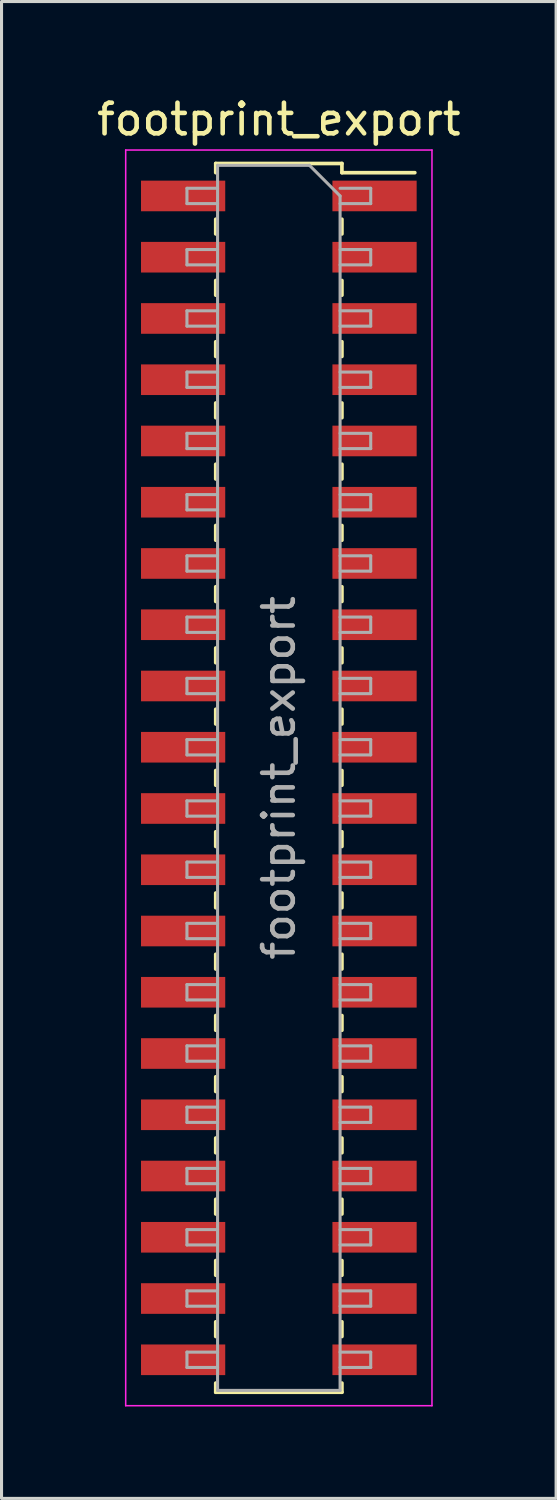
<source format=kicad_pcb>
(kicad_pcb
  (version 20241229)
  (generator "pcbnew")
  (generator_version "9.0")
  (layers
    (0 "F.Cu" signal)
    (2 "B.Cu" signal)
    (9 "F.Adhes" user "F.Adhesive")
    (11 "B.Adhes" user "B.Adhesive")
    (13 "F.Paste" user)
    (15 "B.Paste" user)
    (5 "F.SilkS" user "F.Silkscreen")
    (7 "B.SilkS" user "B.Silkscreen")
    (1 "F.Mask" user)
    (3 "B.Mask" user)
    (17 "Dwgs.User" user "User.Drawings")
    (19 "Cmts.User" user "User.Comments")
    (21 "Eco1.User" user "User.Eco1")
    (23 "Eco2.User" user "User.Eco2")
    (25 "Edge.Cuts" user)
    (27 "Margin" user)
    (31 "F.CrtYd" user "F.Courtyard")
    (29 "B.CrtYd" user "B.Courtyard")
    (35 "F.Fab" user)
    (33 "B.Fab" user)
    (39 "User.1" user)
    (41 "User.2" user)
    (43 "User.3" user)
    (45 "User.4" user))
  (footprint "footprint_export"
    (layer "F.Cu")
    (at 6.054 22.348)
    (property "Reference" "footprint_export" (at 0 -21.5 0) (layer "F.SilkS") (effects (font (size 1 1) (thickness 0.15))))
    (attr smd)
    (fp_line (start -2.06 -20.06) (end -2.06 -19.76) (stroke (width 0.12) (type solid)) (layer "F.SilkS"))
    (fp_line (start -2.06 -20.06) (end 2.06 -20.06) (stroke (width 0.12) (type solid)) (layer "F.SilkS"))
    (fp_line (start -2.06 -18.24) (end -2.06 -17.76) (stroke (width 0.12) (type solid)) (layer "F.SilkS"))
    (fp_line (start -2.06 -16.24) (end -2.06 -15.76) (stroke (width 0.12) (type solid)) (layer "F.SilkS"))
    (fp_line (start -2.06 -14.24) (end -2.06 -13.76) (stroke (width 0.12) (type solid)) (layer "F.SilkS"))
    (fp_line (start -2.06 -12.24) (end -2.06 -11.76) (stroke (width 0.12) (type solid)) (layer "F.SilkS"))
    (fp_line (start -2.06 -10.24) (end -2.06 -9.76) (stroke (width 0.12) (type solid)) (layer "F.SilkS"))
    (fp_line (start -2.06 -8.24) (end -2.06 -7.76) (stroke (width 0.12) (type solid)) (layer "F.SilkS"))
    (fp_line (start -2.06 -6.24) (end -2.06 -5.76) (stroke (width 0.12) (type solid)) (layer "F.SilkS"))
    (fp_line (start -2.06 -4.24) (end -2.06 -3.76) (stroke (width 0.12) (type solid)) (layer "F.SilkS"))
    (fp_line (start -2.06 -2.24) (end -2.06 -1.76) (stroke (width 0.12) (type solid)) (layer "F.SilkS"))
    (fp_line (start -2.06 -0.24) (end -2.06 0.24) (stroke (width 0.12) (type solid)) (layer "F.SilkS"))
    (fp_line (start -2.06 1.76) (end -2.06 2.24) (stroke (width 0.12) (type solid)) (layer "F.SilkS"))
    (fp_line (start -2.06 3.76) (end -2.06 4.24) (stroke (width 0.12) (type solid)) (layer "F.SilkS"))
    (fp_line (start -2.06 5.76) (end -2.06 6.24) (stroke (width 0.12) (type solid)) (layer "F.SilkS"))
    (fp_line (start -2.06 7.76) (end -2.06 8.24) (stroke (width 0.12) (type solid)) (layer "F.SilkS"))
    (fp_line (start -2.06 9.76) (end -2.06 10.24) (stroke (width 0.12) (type solid)) (layer "F.SilkS"))
    (fp_line (start -2.06 11.76) (end -2.06 12.24) (stroke (width 0.12) (type solid)) (layer "F.SilkS"))
    (fp_line (start -2.06 13.76) (end -2.06 14.24) (stroke (width 0.12) (type solid)) (layer "F.SilkS"))
    (fp_line (start -2.06 15.76) (end -2.06 16.24) (stroke (width 0.12) (type solid)) (layer "F.SilkS"))
    (fp_line (start -2.06 17.76) (end -2.06 18.24) (stroke (width 0.12) (type solid)) (layer "F.SilkS"))
    (fp_line (start -2.06 19.76) (end -2.06 20.06) (stroke (width 0.12) (type solid)) (layer "F.SilkS"))
    (fp_line (start -2.06 20.06) (end 2.06 20.06) (stroke (width 0.12) (type solid)) (layer "F.SilkS"))
    (fp_line (start 2.06 -20.06) (end 2.06 -19.76) (stroke (width 0.12) (type solid)) (layer "F.SilkS"))
    (fp_line (start 2.06 -19.76) (end 4.44 -19.76) (stroke (width 0.12) (type solid)) (layer "F.SilkS"))
    (fp_line (start 2.06 -18.24) (end 2.06 -17.76) (stroke (width 0.12) (type solid)) (layer "F.SilkS"))
    (fp_line (start 2.06 -16.24) (end 2.06 -15.76) (stroke (width 0.12) (type solid)) (layer "F.SilkS"))
    (fp_line (start 2.06 -14.24) (end 2.06 -13.76) (stroke (width 0.12) (type solid)) (layer "F.SilkS"))
    (fp_line (start 2.06 -12.24) (end 2.06 -11.76) (stroke (width 0.12) (type solid)) (layer "F.SilkS"))
    (fp_line (start 2.06 -10.24) (end 2.06 -9.76) (stroke (width 0.12) (type solid)) (layer "F.SilkS"))
    (fp_line (start 2.06 -8.24) (end 2.06 -7.76) (stroke (width 0.12) (type solid)) (layer "F.SilkS"))
    (fp_line (start 2.06 -6.24) (end 2.06 -5.76) (stroke (width 0.12) (type solid)) (layer "F.SilkS"))
    (fp_line (start 2.06 -4.24) (end 2.06 -3.76) (stroke (width 0.12) (type solid)) (layer "F.SilkS"))
    (fp_line (start 2.06 -2.24) (end 2.06 -1.76) (stroke (width 0.12) (type solid)) (layer "F.SilkS"))
    (fp_line (start 2.06 -0.24) (end 2.06 0.24) (stroke (width 0.12) (type solid)) (layer "F.SilkS"))
    (fp_line (start 2.06 1.76) (end 2.06 2.24) (stroke (width 0.12) (type solid)) (layer "F.SilkS"))
    (fp_line (start 2.06 3.76) (end 2.06 4.24) (stroke (width 0.12) (type solid)) (layer "F.SilkS"))
    (fp_line (start 2.06 5.76) (end 2.06 6.24) (stroke (width 0.12) (type solid)) (layer "F.SilkS"))
    (fp_line (start 2.06 7.76) (end 2.06 8.24) (stroke (width 0.12) (type solid)) (layer "F.SilkS"))
    (fp_line (start 2.06 9.76) (end 2.06 10.24) (stroke (width 0.12) (type solid)) (layer "F.SilkS"))
    (fp_line (start 2.06 11.76) (end 2.06 12.24) (stroke (width 0.12) (type solid)) (layer "F.SilkS"))
    (fp_line (start 2.06 13.76) (end 2.06 14.24) (stroke (width 0.12) (type solid)) (layer "F.SilkS"))
    (fp_line (start 2.06 15.76) (end 2.06 16.24) (stroke (width 0.12) (type solid)) (layer "F.SilkS"))
    (fp_line (start 2.06 17.76) (end 2.06 18.24) (stroke (width 0.12) (type solid)) (layer "F.SilkS"))
    (fp_line (start 2.06 19.76) (end 2.06 20.06) (stroke (width 0.12) (type solid)) (layer "F.SilkS"))
    (fp_line (start -5 -20.5) (end 5 -20.5) (stroke (width 0.05) (type solid)) (layer "F.CrtYd"))
    (fp_line (start -5 20.5) (end -5 -20.5) (stroke (width 0.05) (type solid)) (layer "F.CrtYd"))
    (fp_line (start 5 -20.5) (end 5 20.5) (stroke (width 0.05) (type solid)) (layer "F.CrtYd"))
    (fp_line (start 5 20.5) (end -5 20.5) (stroke (width 0.05) (type solid)) (layer "F.CrtYd"))
    (fp_line (start -3 -19.25) (end -2 -19.25) (stroke (width 0.1) (type solid)) (layer "F.Fab"))
    (fp_line (start -3 -18.75) (end -3 -19.25) (stroke (width 0.1) (type solid)) (layer "F.Fab"))
    (fp_line (start -3 -17.25) (end -2 -17.25) (stroke (width 0.1) (type solid)) (layer "F.Fab"))
    (fp_line (start -3 -16.75) (end -3 -17.25) (stroke (width 0.1) (type solid)) (layer "F.Fab"))
    (fp_line (start -3 -15.25) (end -2 -15.25) (stroke (width 0.1) (type solid)) (layer "F.Fab"))
    (fp_line (start -3 -14.75) (end -3 -15.25) (stroke (width 0.1) (type solid)) (layer "F.Fab"))
    (fp_line (start -3 -13.25) (end -2 -13.25) (stroke (width 0.1) (type solid)) (layer "F.Fab"))
    (fp_line (start -3 -12.75) (end -3 -13.25) (stroke (width 0.1) (type solid)) (layer "F.Fab"))
    (fp_line (start -3 -11.25) (end -2 -11.25) (stroke (width 0.1) (type solid)) (layer "F.Fab"))
    (fp_line (start -3 -10.75) (end -3 -11.25) (stroke (width 0.1) (type solid)) (layer "F.Fab"))
    (fp_line (start -3 -9.25) (end -2 -9.25) (stroke (width 0.1) (type solid)) (layer "F.Fab"))
    (fp_line (start -3 -8.75) (end -3 -9.25) (stroke (width 0.1) (type solid)) (layer "F.Fab"))
    (fp_line (start -3 -7.25) (end -2 -7.25) (stroke (width 0.1) (type solid)) (layer "F.Fab"))
    (fp_line (start -3 -6.75) (end -3 -7.25) (stroke (width 0.1) (type solid)) (layer "F.Fab"))
    (fp_line (start -3 -5.25) (end -2 -5.25) (stroke (width 0.1) (type solid)) (layer "F.Fab"))
    (fp_line (start -3 -4.75) (end -3 -5.25) (stroke (width 0.1) (type solid)) (layer "F.Fab"))
    (fp_line (start -3 -3.25) (end -2 -3.25) (stroke (width 0.1) (type solid)) (layer "F.Fab"))
    (fp_line (start -3 -2.75) (end -3 -3.25) (stroke (width 0.1) (type solid)) (layer "F.Fab"))
    (fp_line (start -3 -1.25) (end -2 -1.25) (stroke (width 0.1) (type solid)) (layer "F.Fab"))
    (fp_line (start -3 -0.75) (end -3 -1.25) (stroke (width 0.1) (type solid)) (layer "F.Fab"))
    (fp_line (start -3 0.75) (end -2 0.75) (stroke (width 0.1) (type solid)) (layer "F.Fab"))
    (fp_line (start -3 1.25) (end -3 0.75) (stroke (width 0.1) (type solid)) (layer "F.Fab"))
    (fp_line (start -3 2.75) (end -2 2.75) (stroke (width 0.1) (type solid)) (layer "F.Fab"))
    (fp_line (start -3 3.25) (end -3 2.75) (stroke (width 0.1) (type solid)) (layer "F.Fab"))
    (fp_line (start -3 4.75) (end -2 4.75) (stroke (width 0.1) (type solid)) (layer "F.Fab"))
    (fp_line (start -3 5.25) (end -3 4.75) (stroke (width 0.1) (type solid)) (layer "F.Fab"))
    (fp_line (start -3 6.75) (end -2 6.75) (stroke (width 0.1) (type solid)) (layer "F.Fab"))
    (fp_line (start -3 7.25) (end -3 6.75) (stroke (width 0.1) (type solid)) (layer "F.Fab"))
    (fp_line (start -3 8.75) (end -2 8.75) (stroke (width 0.1) (type solid)) (layer "F.Fab"))
    (fp_line (start -3 9.25) (end -3 8.75) (stroke (width 0.1) (type solid)) (layer "F.Fab"))
    (fp_line (start -3 10.75) (end -2 10.75) (stroke (width 0.1) (type solid)) (layer "F.Fab"))
    (fp_line (start -3 11.25) (end -3 10.75) (stroke (width 0.1) (type solid)) (layer "F.Fab"))
    (fp_line (start -3 12.75) (end -2 12.75) (stroke (width 0.1) (type solid)) (layer "F.Fab"))
    (fp_line (start -3 13.25) (end -3 12.75) (stroke (width 0.1) (type solid)) (layer "F.Fab"))
    (fp_line (start -3 14.75) (end -2 14.75) (stroke (width 0.1) (type solid)) (layer "F.Fab"))
    (fp_line (start -3 15.25) (end -3 14.75) (stroke (width 0.1) (type solid)) (layer "F.Fab"))
    (fp_line (start -3 16.75) (end -2 16.75) (stroke (width 0.1) (type solid)) (layer "F.Fab"))
    (fp_line (start -3 17.25) (end -3 16.75) (stroke (width 0.1) (type solid)) (layer "F.Fab"))
    (fp_line (start -3 18.75) (end -2 18.75) (stroke (width 0.1) (type solid)) (layer "F.Fab"))
    (fp_line (start -3 19.25) (end -3 18.75) (stroke (width 0.1) (type solid)) (layer "F.Fab"))
    (fp_line (start -2 -20) (end 1 -20) (stroke (width 0.1) (type solid)) (layer "F.Fab"))
    (fp_line (start -2 -18.75) (end -3 -18.75) (stroke (width 0.1) (type solid)) (layer "F.Fab"))
    (fp_line (start -2 -16.75) (end -3 -16.75) (stroke (width 0.1) (type solid)) (layer "F.Fab"))
    (fp_line (start -2 -14.75) (end -3 -14.75) (stroke (width 0.1) (type solid)) (layer "F.Fab"))
    (fp_line (start -2 -12.75) (end -3 -12.75) (stroke (width 0.1) (type solid)) (layer "F.Fab"))
    (fp_line (start -2 -10.75) (end -3 -10.75) (stroke (width 0.1) (type solid)) (layer "F.Fab"))
    (fp_line (start -2 -8.75) (end -3 -8.75) (stroke (width 0.1) (type solid)) (layer "F.Fab"))
    (fp_line (start -2 -6.75) (end -3 -6.75) (stroke (width 0.1) (type solid)) (layer "F.Fab"))
    (fp_line (start -2 -4.75) (end -3 -4.75) (stroke (width 0.1) (type solid)) (layer "F.Fab"))
    (fp_line (start -2 -2.75) (end -3 -2.75) (stroke (width 0.1) (type solid)) (layer "F.Fab"))
    (fp_line (start -2 -0.75) (end -3 -0.75) (stroke (width 0.1) (type solid)) (layer "F.Fab"))
    (fp_line (start -2 1.25) (end -3 1.25) (stroke (width 0.1) (type solid)) (layer "F.Fab"))
    (fp_line (start -2 3.25) (end -3 3.25) (stroke (width 0.1) (type solid)) (layer "F.Fab"))
    (fp_line (start -2 5.25) (end -3 5.25) (stroke (width 0.1) (type solid)) (layer "F.Fab"))
    (fp_line (start -2 7.25) (end -3 7.25) (stroke (width 0.1) (type solid)) (layer "F.Fab"))
    (fp_line (start -2 9.25) (end -3 9.25) (stroke (width 0.1) (type solid)) (layer "F.Fab"))
    (fp_line (start -2 11.25) (end -3 11.25) (stroke (width 0.1) (type solid)) (layer "F.Fab"))
    (fp_line (start -2 13.25) (end -3 13.25) (stroke (width 0.1) (type solid)) (layer "F.Fab"))
    (fp_line (start -2 15.25) (end -3 15.25) (stroke (width 0.1) (type solid)) (layer "F.Fab"))
    (fp_line (start -2 17.25) (end -3 17.25) (stroke (width 0.1) (type solid)) (layer "F.Fab"))
    (fp_line (start -2 19.25) (end -3 19.25) (stroke (width 0.1) (type solid)) (layer "F.Fab"))
    (fp_line (start -2 20) (end -2 -20) (stroke (width 0.1) (type solid)) (layer "F.Fab"))
    (fp_line (start 1 -20) (end 2 -19) (stroke (width 0.1) (type solid)) (layer "F.Fab"))
    (fp_line (start 2 -19.25) (end 3 -19.25) (stroke (width 0.1) (type solid)) (layer "F.Fab"))
    (fp_line (start 2 -19) (end 2 20) (stroke (width 0.1) (type solid)) (layer "F.Fab"))
    (fp_line (start 2 -17.25) (end 3 -17.25) (stroke (width 0.1) (type solid)) (layer "F.Fab"))
    (fp_line (start 2 -15.25) (end 3 -15.25) (stroke (width 0.1) (type solid)) (layer "F.Fab"))
    (fp_line (start 2 -13.25) (end 3 -13.25) (stroke (width 0.1) (type solid)) (layer "F.Fab"))
    (fp_line (start 2 -11.25) (end 3 -11.25) (stroke (width 0.1) (type solid)) (layer "F.Fab"))
    (fp_line (start 2 -9.25) (end 3 -9.25) (stroke (width 0.1) (type solid)) (layer "F.Fab"))
    (fp_line (start 2 -7.25) (end 3 -7.25) (stroke (width 0.1) (type solid)) (layer "F.Fab"))
    (fp_line (start 2 -5.25) (end 3 -5.25) (stroke (width 0.1) (type solid)) (layer "F.Fab"))
    (fp_line (start 2 -3.25) (end 3 -3.25) (stroke (width 0.1) (type solid)) (layer "F.Fab"))
    (fp_line (start 2 -1.25) (end 3 -1.25) (stroke (width 0.1) (type solid)) (layer "F.Fab"))
    (fp_line (start 2 0.75) (end 3 0.75) (stroke (width 0.1) (type solid)) (layer "F.Fab"))
    (fp_line (start 2 2.75) (end 3 2.75) (stroke (width 0.1) (type solid)) (layer "F.Fab"))
    (fp_line (start 2 4.75) (end 3 4.75) (stroke (width 0.1) (type solid)) (layer "F.Fab"))
    (fp_line (start 2 6.75) (end 3 6.75) (stroke (width 0.1) (type solid)) (layer "F.Fab"))
    (fp_line (start 2 8.75) (end 3 8.75) (stroke (width 0.1) (type solid)) (layer "F.Fab"))
    (fp_line (start 2 10.75) (end 3 10.75) (stroke (width 0.1) (type solid)) (layer "F.Fab"))
    (fp_line (start 2 12.75) (end 3 12.75) (stroke (width 0.1) (type solid)) (layer "F.Fab"))
    (fp_line (start 2 14.75) (end 3 14.75) (stroke (width 0.1) (type solid)) (layer "F.Fab"))
    (fp_line (start 2 16.75) (end 3 16.75) (stroke (width 0.1) (type solid)) (layer "F.Fab"))
    (fp_line (start 2 18.75) (end 3 18.75) (stroke (width 0.1) (type solid)) (layer "F.Fab"))
    (fp_line (start 2 20) (end -2 20) (stroke (width 0.1) (type solid)) (layer "F.Fab"))
    (fp_line (start 3 -19.25) (end 3 -18.75) (stroke (width 0.1) (type solid)) (layer "F.Fab"))
    (fp_line (start 3 -18.75) (end 2 -18.75) (stroke (width 0.1) (type solid)) (layer "F.Fab"))
    (fp_line (start 3 -17.25) (end 3 -16.75) (stroke (width 0.1) (type solid)) (layer "F.Fab"))
    (fp_line (start 3 -16.75) (end 2 -16.75) (stroke (width 0.1) (type solid)) (layer "F.Fab"))
    (fp_line (start 3 -15.25) (end 3 -14.75) (stroke (width 0.1) (type solid)) (layer "F.Fab"))
    (fp_line (start 3 -14.75) (end 2 -14.75) (stroke (width 0.1) (type solid)) (layer "F.Fab"))
    (fp_line (start 3 -13.25) (end 3 -12.75) (stroke (width 0.1) (type solid)) (layer "F.Fab"))
    (fp_line (start 3 -12.75) (end 2 -12.75) (stroke (width 0.1) (type solid)) (layer "F.Fab"))
    (fp_line (start 3 -11.25) (end 3 -10.75) (stroke (width 0.1) (type solid)) (layer "F.Fab"))
    (fp_line (start 3 -10.75) (end 2 -10.75) (stroke (width 0.1) (type solid)) (layer "F.Fab"))
    (fp_line (start 3 -9.25) (end 3 -8.75) (stroke (width 0.1) (type solid)) (layer "F.Fab"))
    (fp_line (start 3 -8.75) (end 2 -8.75) (stroke (width 0.1) (type solid)) (layer "F.Fab"))
    (fp_line (start 3 -7.25) (end 3 -6.75) (stroke (width 0.1) (type solid)) (layer "F.Fab"))
    (fp_line (start 3 -6.75) (end 2 -6.75) (stroke (width 0.1) (type solid)) (layer "F.Fab"))
    (fp_line (start 3 -5.25) (end 3 -4.75) (stroke (width 0.1) (type solid)) (layer "F.Fab"))
    (fp_line (start 3 -4.75) (end 2 -4.75) (stroke (width 0.1) (type solid)) (layer "F.Fab"))
    (fp_line (start 3 -3.25) (end 3 -2.75) (stroke (width 0.1) (type solid)) (layer "F.Fab"))
    (fp_line (start 3 -2.75) (end 2 -2.75) (stroke (width 0.1) (type solid)) (layer "F.Fab"))
    (fp_line (start 3 -1.25) (end 3 -0.75) (stroke (width 0.1) (type solid)) (layer "F.Fab"))
    (fp_line (start 3 -0.75) (end 2 -0.75) (stroke (width 0.1) (type solid)) (layer "F.Fab"))
    (fp_line (start 3 0.75) (end 3 1.25) (stroke (width 0.1) (type solid)) (layer "F.Fab"))
    (fp_line (start 3 1.25) (end 2 1.25) (stroke (width 0.1) (type solid)) (layer "F.Fab"))
    (fp_line (start 3 2.75) (end 3 3.25) (stroke (width 0.1) (type solid)) (layer "F.Fab"))
    (fp_line (start 3 3.25) (end 2 3.25) (stroke (width 0.1) (type solid)) (layer "F.Fab"))
    (fp_line (start 3 4.75) (end 3 5.25) (stroke (width 0.1) (type solid)) (layer "F.Fab"))
    (fp_line (start 3 5.25) (end 2 5.25) (stroke (width 0.1) (type solid)) (layer "F.Fab"))
    (fp_line (start 3 6.75) (end 3 7.25) (stroke (width 0.1) (type solid)) (layer "F.Fab"))
    (fp_line (start 3 7.25) (end 2 7.25) (stroke (width 0.1) (type solid)) (layer "F.Fab"))
    (fp_line (start 3 8.75) (end 3 9.25) (stroke (width 0.1) (type solid)) (layer "F.Fab"))
    (fp_line (start 3 9.25) (end 2 9.25) (stroke (width 0.1) (type solid)) (layer "F.Fab"))
    (fp_line (start 3 10.75) (end 3 11.25) (stroke (width 0.1) (type solid)) (layer "F.Fab"))
    (fp_line (start 3 11.25) (end 2 11.25) (stroke (width 0.1) (type solid)) (layer "F.Fab"))
    (fp_line (start 3 12.75) (end 3 13.25) (stroke (width 0.1) (type solid)) (layer "F.Fab"))
    (fp_line (start 3 13.25) (end 2 13.25) (stroke (width 0.1) (type solid)) (layer "F.Fab"))
    (fp_line (start 3 14.75) (end 3 15.25) (stroke (width 0.1) (type solid)) (layer "F.Fab"))
    (fp_line (start 3 15.25) (end 2 15.25) (stroke (width 0.1) (type solid)) (layer "F.Fab"))
    (fp_line (start 3 16.75) (end 3 17.25) (stroke (width 0.1) (type solid)) (layer "F.Fab"))
    (fp_line (start 3 17.25) (end 2 17.25) (stroke (width 0.1) (type solid)) (layer "F.Fab"))
    (fp_line (start 3 18.75) (end 3 19.25) (stroke (width 0.1) (type solid)) (layer "F.Fab"))
    (fp_line (start 3 19.25) (end 2 19.25) (stroke (width 0.1) (type solid)) (layer "F.Fab"))
    (fp_text user "${REFERENCE}" (at 0 0 90) (layer "F.Fab") (effects (font (size 1 1) (thickness 0.15))))
    (pad "1" smd rect (at 3.125 -19) (size 2.75 1) (layers "F.Cu" "F.Mask" "F.Paste"))
    (pad "2" smd rect (at -3.125 -19) (size 2.75 1) (layers "F.Cu" "F.Mask" "F.Paste"))
    (pad "3" smd rect (at 3.125 -17) (size 2.75 1) (layers "F.Cu" "F.Mask" "F.Paste"))
    (pad "4" smd rect (at -3.125 -17) (size 2.75 1) (layers "F.Cu" "F.Mask" "F.Paste"))
    (pad "5" smd rect (at 3.125 -15) (size 2.75 1) (layers "F.Cu" "F.Mask" "F.Paste"))
    (pad "6" smd rect (at -3.125 -15) (size 2.75 1) (layers "F.Cu" "F.Mask" "F.Paste"))
    (pad "7" smd rect (at 3.125 -13) (size 2.75 1) (layers "F.Cu" "F.Mask" "F.Paste"))
    (pad "8" smd rect (at -3.125 -13) (size 2.75 1) (layers "F.Cu" "F.Mask" "F.Paste"))
    (pad "9" smd rect (at 3.125 -11) (size 2.75 1) (layers "F.Cu" "F.Mask" "F.Paste"))
    (pad "10" smd rect (at -3.125 -11) (size 2.75 1) (layers "F.Cu" "F.Mask" "F.Paste"))
    (pad "11" smd rect (at 3.125 -9) (size 2.75 1) (layers "F.Cu" "F.Mask" "F.Paste"))
    (pad "12" smd rect (at -3.125 -9) (size 2.75 1) (layers "F.Cu" "F.Mask" "F.Paste"))
    (pad "13" smd rect (at 3.125 -7) (size 2.75 1) (layers "F.Cu" "F.Mask" "F.Paste"))
    (pad "14" smd rect (at -3.125 -7) (size 2.75 1) (layers "F.Cu" "F.Mask" "F.Paste"))
    (pad "15" smd rect (at 3.125 -5) (size 2.75 1) (layers "F.Cu" "F.Mask" "F.Paste"))
    (pad "16" smd rect (at -3.125 -5) (size 2.75 1) (layers "F.Cu" "F.Mask" "F.Paste"))
    (pad "17" smd rect (at 3.125 -3) (size 2.75 1) (layers "F.Cu" "F.Mask" "F.Paste"))
    (pad "18" smd rect (at -3.125 -3) (size 2.75 1) (layers "F.Cu" "F.Mask" "F.Paste"))
    (pad "19" smd rect (at 3.125 -1) (size 2.75 1) (layers "F.Cu" "F.Mask" "F.Paste"))
    (pad "20" smd rect (at -3.125 -1) (size 2.75 1) (layers "F.Cu" "F.Mask" "F.Paste"))
    (pad "21" smd rect (at 3.125 1) (size 2.75 1) (layers "F.Cu" "F.Mask" "F.Paste"))
    (pad "22" smd rect (at -3.125 1) (size 2.75 1) (layers "F.Cu" "F.Mask" "F.Paste"))
    (pad "23" smd rect (at 3.125 3) (size 2.75 1) (layers "F.Cu" "F.Mask" "F.Paste"))
    (pad "24" smd rect (at -3.125 3) (size 2.75 1) (layers "F.Cu" "F.Mask" "F.Paste"))
    (pad "25" smd rect (at 3.125 5) (size 2.75 1) (layers "F.Cu" "F.Mask" "F.Paste"))
    (pad "26" smd rect (at -3.125 5) (size 2.75 1) (layers "F.Cu" "F.Mask" "F.Paste"))
    (pad "27" smd rect (at 3.125 7) (size 2.75 1) (layers "F.Cu" "F.Mask" "F.Paste"))
    (pad "28" smd rect (at -3.125 7) (size 2.75 1) (layers "F.Cu" "F.Mask" "F.Paste"))
    (pad "29" smd rect (at 3.125 9) (size 2.75 1) (layers "F.Cu" "F.Mask" "F.Paste"))
    (pad "30" smd rect (at -3.125 9) (size 2.75 1) (layers "F.Cu" "F.Mask" "F.Paste"))
    (pad "31" smd rect (at 3.125 11) (size 2.75 1) (layers "F.Cu" "F.Mask" "F.Paste"))
    (pad "32" smd rect (at -3.125 11) (size 2.75 1) (layers "F.Cu" "F.Mask" "F.Paste"))
    (pad "33" smd rect (at 3.125 13) (size 2.75 1) (layers "F.Cu" "F.Mask" "F.Paste"))
    (pad "34" smd rect (at -3.125 13) (size 2.75 1) (layers "F.Cu" "F.Mask" "F.Paste"))
    (pad "35" smd rect (at 3.125 15) (size 2.75 1) (layers "F.Cu" "F.Mask" "F.Paste"))
    (pad "36" smd rect (at -3.125 15) (size 2.75 1) (layers "F.Cu" "F.Mask" "F.Paste"))
    (pad "37" smd rect (at 3.125 17) (size 2.75 1) (layers "F.Cu" "F.Mask" "F.Paste"))
    (pad "38" smd rect (at -3.125 17) (size 2.75 1) (layers "F.Cu" "F.Mask" "F.Paste"))
    (pad "39" smd rect (at 3.125 19) (size 2.75 1) (layers "F.Cu" "F.Mask" "F.Paste"))
    (pad "40" smd rect (at -3.125 19) (size 2.75 1) (layers "F.Cu" "F.Mask" "F.Paste")))
  (gr_rect
    (start -3 -3)
    (end 15.107 45.873)
    (stroke (width 0.1) (type default))
    (fill no)
    (layer "Edge.Cuts")))
</source>
